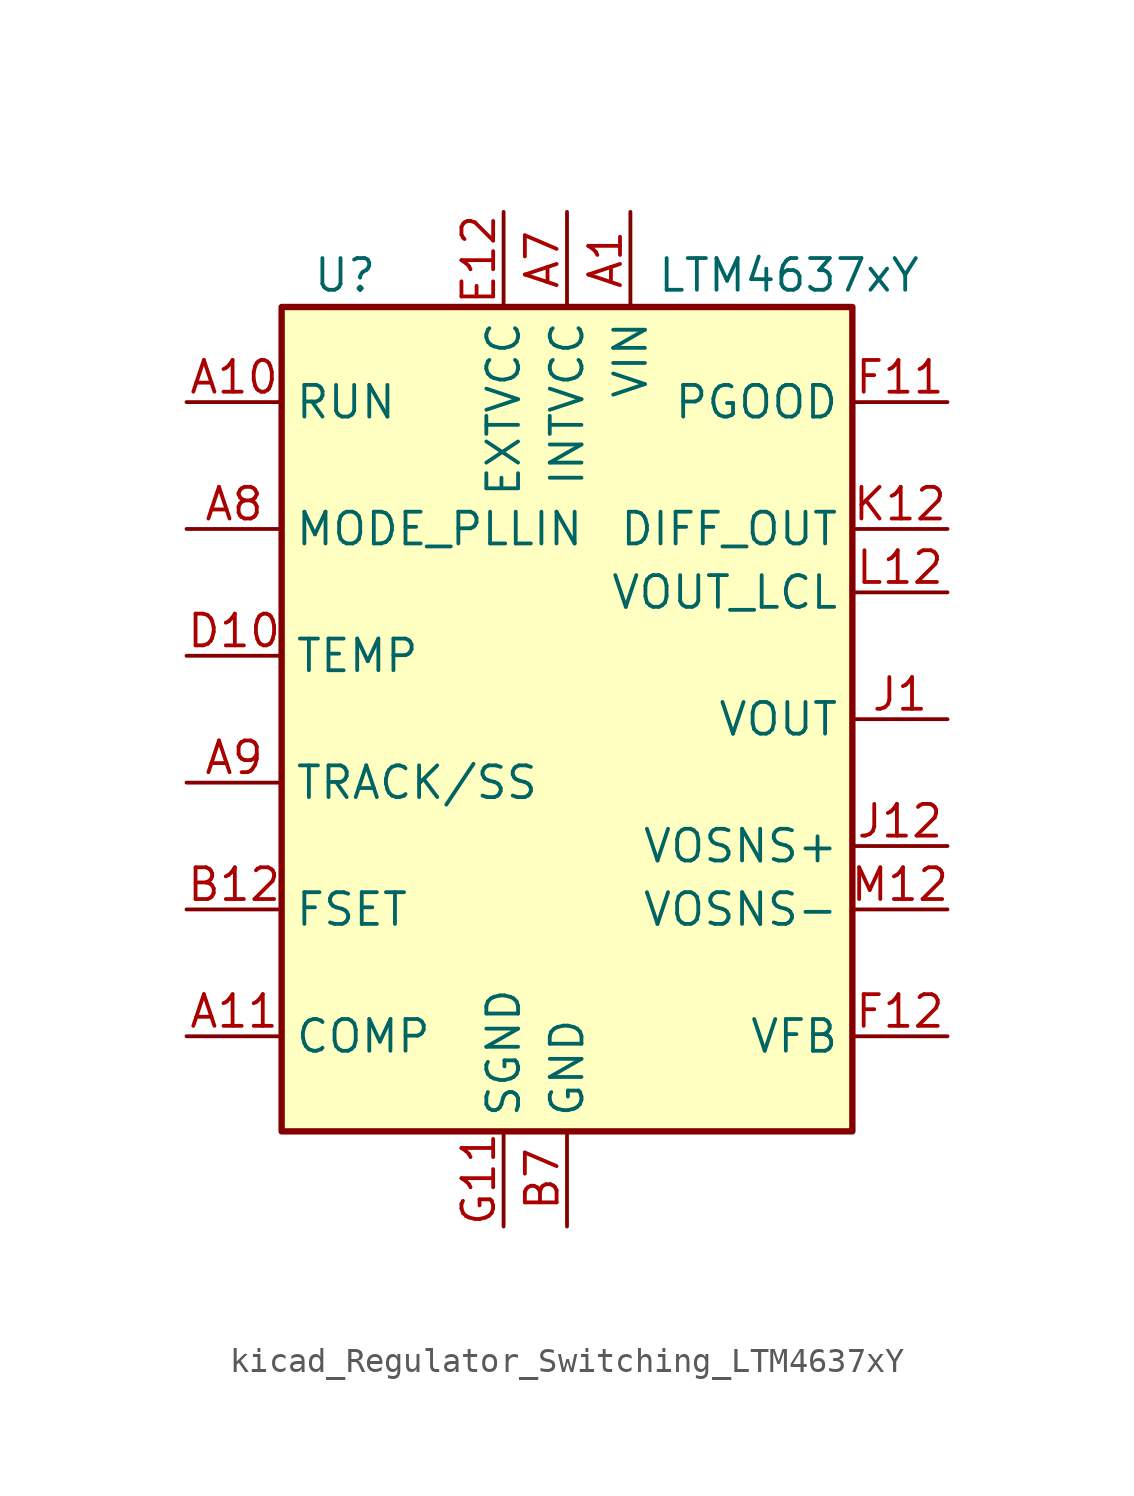
<source format=kicad_sym>
(kicad_symbol_lib
  (version 20220914)
  (generator kicad_symbol_editor)
  (symbol "kicad_Regulator_Switching_LTM4637xY"
    (property "Reference" "U"
      (at -8.89 17.78 0)
      (effects (font (size 1.27 1.27))))
    (property "Value" "LTM4637xY"
      (at 8.89 17.78 0)
      (effects (font (size 1.27 1.27))))
    (symbol "kicad_Regulator_Switching_LTM4637xY_0_1"
      (rectangle (start 11.43 16.51) (end -11.43 -16.51) (stroke (width 0.254) (type default)) (fill (type background))))
    (symbol "kicad_Regulator_Switching_LTM4637xY_1_1"
      (pin power_in line (at 2.54 20.32 270) (length 3.81) (name "VIN" (effects (font (size 1.27 1.27)))) (number "A1" (effects (font (size 1.27 1.27)))))
      (pin input line (at -15.24 12.7 0) (length 3.81) (name "RUN" (effects (font (size 1.27 1.27)))) (number "A10" (effects (font (size 1.27 1.27)))))
      (pin passive line (at -15.24 -12.7 0) (length 3.81) (name "COMP" (effects (font (size 1.27 1.27)))) (number "A11" (effects (font (size 1.27 1.27)))))
      (pin no_connect line (at -10.16 -15.24 90) (length 2.54) hide (name "MTP1" (effects (font (size 1.27 1.27)))) (number "A12" (effects (font (size 1.27 1.27)))))
      (pin passive line (at 2.54 20.32 270) (length 3.81) hide (name "VIN" (effects (font (size 1.27 1.27)))) (number "A2" (effects (font (size 1.27 1.27)))))
      (pin passive line (at 2.54 20.32 270) (length 3.81) hide (name "VIN" (effects (font (size 1.27 1.27)))) (number "A3" (effects (font (size 1.27 1.27)))))
      (pin passive line (at 2.54 20.32 270) (length 3.81) hide (name "VIN" (effects (font (size 1.27 1.27)))) (number "A4" (effects (font (size 1.27 1.27)))))
      (pin passive line (at 2.54 20.32 270) (length 3.81) hide (name "VIN" (effects (font (size 1.27 1.27)))) (number "A5" (effects (font (size 1.27 1.27)))))
      (pin passive line (at 2.54 20.32 270) (length 3.81) hide (name "VIN" (effects (font (size 1.27 1.27)))) (number "A6" (effects (font (size 1.27 1.27)))))
      (pin power_out line (at 0 20.32 270) (length 3.81) (name "INTVCC" (effects (font (size 1.27 1.27)))) (number "A7" (effects (font (size 1.27 1.27)))))
      (pin input line (at -15.24 7.62 0) (length 3.81) (name "MODE_PLLIN" (effects (font (size 1.27 1.27)))) (number "A8" (effects (font (size 1.27 1.27)))))
      (pin passive line (at -15.24 -2.54 0) (length 3.81) (name "TRACK/SS" (effects (font (size 1.27 1.27)))) (number "A9" (effects (font (size 1.27 1.27)))))
      (pin passive line (at 2.54 20.32 270) (length 3.81) hide (name "VIN" (effects (font (size 1.27 1.27)))) (number "B1" (effects (font (size 1.27 1.27)))))
      (pin no_connect line (at -7.62 -15.24 90) (length 2.54) hide (name "MTP2" (effects (font (size 1.27 1.27)))) (number "B11" (effects (font (size 1.27 1.27)))))
      (pin passive line (at -15.24 -7.62 0) (length 3.81) (name "FSET" (effects (font (size 1.27 1.27)))) (number "B12" (effects (font (size 1.27 1.27)))))
      (pin passive line (at 2.54 20.32 270) (length 3.81) hide (name "VIN" (effects (font (size 1.27 1.27)))) (number "B2" (effects (font (size 1.27 1.27)))))
      (pin passive line (at 2.54 20.32 270) (length 3.81) hide (name "VIN" (effects (font (size 1.27 1.27)))) (number "B3" (effects (font (size 1.27 1.27)))))
      (pin passive line (at 2.54 20.32 270) (length 3.81) hide (name "VIN" (effects (font (size 1.27 1.27)))) (number "B4" (effects (font (size 1.27 1.27)))))
      (pin passive line (at 2.54 20.32 270) (length 3.81) hide (name "VIN" (effects (font (size 1.27 1.27)))) (number "B5" (effects (font (size 1.27 1.27)))))
      (pin passive line (at 2.54 20.32 270) (length 3.81) hide (name "VIN" (effects (font (size 1.27 1.27)))) (number "B6" (effects (font (size 1.27 1.27)))))
      (pin power_in line (at 0 -20.32 90) (length 3.81) (name "GND" (effects (font (size 1.27 1.27)))) (number "B7" (effects (font (size 1.27 1.27)))))
      (pin passive line (at 0 -20.32 90) (length 3.81) hide (name "GND" (effects (font (size 1.27 1.27)))) (number "B9" (effects (font (size 1.27 1.27)))))
      (pin passive line (at 2.54 20.32 270) (length 3.81) hide (name "VIN" (effects (font (size 1.27 1.27)))) (number "C1" (effects (font (size 1.27 1.27)))))
      (pin no_connect line (at -5.08 -15.24 90) (length 2.54) hide (name "MTP3" (effects (font (size 1.27 1.27)))) (number "C10" (effects (font (size 1.27 1.27)))))
      (pin no_connect line (at 2.54 -15.24 90) (length 2.54) hide (name "MTP4" (effects (font (size 1.27 1.27)))) (number "C11" (effects (font (size 1.27 1.27)))))
      (pin no_connect line (at 5.08 -15.24 90) (length 2.54) hide (name "MTP5" (effects (font (size 1.27 1.27)))) (number "C12" (effects (font (size 1.27 1.27)))))
      (pin passive line (at 2.54 20.32 270) (length 3.81) hide (name "VIN" (effects (font (size 1.27 1.27)))) (number "C2" (effects (font (size 1.27 1.27)))))
      (pin passive line (at 2.54 20.32 270) (length 3.81) hide (name "VIN" (effects (font (size 1.27 1.27)))) (number "C3" (effects (font (size 1.27 1.27)))))
      (pin passive line (at 2.54 20.32 270) (length 3.81) hide (name "VIN" (effects (font (size 1.27 1.27)))) (number "C4" (effects (font (size 1.27 1.27)))))
      (pin passive line (at 2.54 20.32 270) (length 3.81) hide (name "VIN" (effects (font (size 1.27 1.27)))) (number "C5" (effects (font (size 1.27 1.27)))))
      (pin passive line (at 2.54 20.32 270) (length 3.81) hide (name "VIN" (effects (font (size 1.27 1.27)))) (number "C6" (effects (font (size 1.27 1.27)))))
      (pin passive line (at 0 -20.32 90) (length 3.81) hide (name "GND" (effects (font (size 1.27 1.27)))) (number "C7" (effects (font (size 1.27 1.27)))))
      (pin passive line (at 0 -20.32 90) (length 3.81) hide (name "GND" (effects (font (size 1.27 1.27)))) (number "C9" (effects (font (size 1.27 1.27)))))
      (pin passive line (at 0 -20.32 90) (length 3.81) hide (name "GND" (effects (font (size 1.27 1.27)))) (number "D1" (effects (font (size 1.27 1.27)))))
      (pin passive line (at -15.24 2.54 0) (length 3.81) (name "TEMP" (effects (font (size 1.27 1.27)))) (number "D10" (effects (font (size 1.27 1.27)))))
      (pin no_connect line (at 7.62 -15.24 90) (length 2.54) hide (name "MTP6" (effects (font (size 1.27 1.27)))) (number "D11" (effects (font (size 1.27 1.27)))))
      (pin no_connect line (at 10.16 -15.24 90) (length 2.54) hide (name "MTP7" (effects (font (size 1.27 1.27)))) (number "D12" (effects (font (size 1.27 1.27)))))
      (pin passive line (at 0 -20.32 90) (length 3.81) hide (name "GND" (effects (font (size 1.27 1.27)))) (number "D2" (effects (font (size 1.27 1.27)))))
      (pin passive line (at 0 -20.32 90) (length 3.81) hide (name "GND" (effects (font (size 1.27 1.27)))) (number "D3" (effects (font (size 1.27 1.27)))))
      (pin passive line (at 0 -20.32 90) (length 3.81) hide (name "GND" (effects (font (size 1.27 1.27)))) (number "D4" (effects (font (size 1.27 1.27)))))
      (pin passive line (at 0 -20.32 90) (length 3.81) hide (name "GND" (effects (font (size 1.27 1.27)))) (number "D5" (effects (font (size 1.27 1.27)))))
      (pin passive line (at 0 -20.32 90) (length 3.81) hide (name "GND" (effects (font (size 1.27 1.27)))) (number "D6" (effects (font (size 1.27 1.27)))))
      (pin passive line (at 0 -20.32 90) (length 3.81) hide (name "GND" (effects (font (size 1.27 1.27)))) (number "D8" (effects (font (size 1.27 1.27)))))
      (pin passive line (at 0 20.32 270) (length 3.81) hide (name "INTVCC" (effects (font (size 1.27 1.27)))) (number "D9" (effects (font (size 1.27 1.27)))))
      (pin passive line (at 0 -20.32 90) (length 3.81) hide (name "GND" (effects (font (size 1.27 1.27)))) (number "E1" (effects (font (size 1.27 1.27)))))
      (pin power_in line (at -2.54 20.32 270) (length 3.81) (name "EXTVCC" (effects (font (size 1.27 1.27)))) (number "E12" (effects (font (size 1.27 1.27)))))
      (pin passive line (at 0 -20.32 90) (length 3.81) hide (name "GND" (effects (font (size 1.27 1.27)))) (number "E2" (effects (font (size 1.27 1.27)))))
      (pin passive line (at 0 -20.32 90) (length 3.81) hide (name "GND" (effects (font (size 1.27 1.27)))) (number "E3" (effects (font (size 1.27 1.27)))))
      (pin passive line (at 0 -20.32 90) (length 3.81) hide (name "GND" (effects (font (size 1.27 1.27)))) (number "E4" (effects (font (size 1.27 1.27)))))
      (pin passive line (at 0 -20.32 90) (length 3.81) hide (name "GND" (effects (font (size 1.27 1.27)))) (number "E5" (effects (font (size 1.27 1.27)))))
      (pin passive line (at 0 -20.32 90) (length 3.81) hide (name "GND" (effects (font (size 1.27 1.27)))) (number "E6" (effects (font (size 1.27 1.27)))))
      (pin passive line (at 0 -20.32 90) (length 3.81) hide (name "GND" (effects (font (size 1.27 1.27)))) (number "E7" (effects (font (size 1.27 1.27)))))
      (pin passive line (at 0 -20.32 90) (length 3.81) hide (name "GND" (effects (font (size 1.27 1.27)))) (number "E9" (effects (font (size 1.27 1.27)))))
      (pin passive line (at 0 -20.32 90) (length 3.81) hide (name "GND" (effects (font (size 1.27 1.27)))) (number "F1" (effects (font (size 1.27 1.27)))))
      (pin open_collector line (at 15.24 12.7 180) (length 3.81) (name "PGOOD" (effects (font (size 1.27 1.27)))) (number "F11" (effects (font (size 1.27 1.27)))))
      (pin input line (at 15.24 -12.7 180) (length 3.81) (name "VFB" (effects (font (size 1.27 1.27)))) (number "F12" (effects (font (size 1.27 1.27)))))
      (pin passive line (at 0 -20.32 90) (length 3.81) hide (name "GND" (effects (font (size 1.27 1.27)))) (number "F2" (effects (font (size 1.27 1.27)))))
      (pin passive line (at 0 -20.32 90) (length 3.81) hide (name "GND" (effects (font (size 1.27 1.27)))) (number "F3" (effects (font (size 1.27 1.27)))))
      (pin passive line (at 0 -20.32 90) (length 3.81) hide (name "GND" (effects (font (size 1.27 1.27)))) (number "F4" (effects (font (size 1.27 1.27)))))
      (pin passive line (at 0 -20.32 90) (length 3.81) hide (name "GND" (effects (font (size 1.27 1.27)))) (number "F5" (effects (font (size 1.27 1.27)))))
      (pin passive line (at 0 -20.32 90) (length 3.81) hide (name "GND" (effects (font (size 1.27 1.27)))) (number "F6" (effects (font (size 1.27 1.27)))))
      (pin passive line (at 0 -20.32 90) (length 3.81) hide (name "GND" (effects (font (size 1.27 1.27)))) (number "F7" (effects (font (size 1.27 1.27)))))
      (pin passive line (at 0 -20.32 90) (length 3.81) hide (name "GND" (effects (font (size 1.27 1.27)))) (number "F8" (effects (font (size 1.27 1.27)))))
      (pin passive line (at 0 -20.32 90) (length 3.81) hide (name "GND" (effects (font (size 1.27 1.27)))) (number "F9" (effects (font (size 1.27 1.27)))))
      (pin passive line (at 0 -20.32 90) (length 3.81) hide (name "GND" (effects (font (size 1.27 1.27)))) (number "G1" (effects (font (size 1.27 1.27)))))
      (pin power_in line (at -2.54 -20.32 90) (length 3.81) (name "SGND" (effects (font (size 1.27 1.27)))) (number "G11" (effects (font (size 1.27 1.27)))))
      (pin open_collector line (at 15.24 12.7 180) (length 3.81) hide (name "PGOOD" (effects (font (size 1.27 1.27)))) (number "G12" (effects (font (size 1.27 1.27)))))
      (pin passive line (at 0 -20.32 90) (length 3.81) hide (name "GND" (effects (font (size 1.27 1.27)))) (number "G2" (effects (font (size 1.27 1.27)))))
      (pin passive line (at 0 -20.32 90) (length 3.81) hide (name "GND" (effects (font (size 1.27 1.27)))) (number "G3" (effects (font (size 1.27 1.27)))))
      (pin passive line (at 0 -20.32 90) (length 3.81) hide (name "GND" (effects (font (size 1.27 1.27)))) (number "G4" (effects (font (size 1.27 1.27)))))
      (pin passive line (at 0 -20.32 90) (length 3.81) hide (name "GND" (effects (font (size 1.27 1.27)))) (number "G5" (effects (font (size 1.27 1.27)))))
      (pin passive line (at 0 -20.32 90) (length 3.81) hide (name "GND" (effects (font (size 1.27 1.27)))) (number "G6" (effects (font (size 1.27 1.27)))))
      (pin passive line (at 0 -20.32 90) (length 3.81) hide (name "GND" (effects (font (size 1.27 1.27)))) (number "G7" (effects (font (size 1.27 1.27)))))
      (pin passive line (at 0 -20.32 90) (length 3.81) hide (name "GND" (effects (font (size 1.27 1.27)))) (number "G8" (effects (font (size 1.27 1.27)))))
      (pin passive line (at 0 -20.32 90) (length 3.81) hide (name "GND" (effects (font (size 1.27 1.27)))) (number "G9" (effects (font (size 1.27 1.27)))))
      (pin passive line (at 0 -20.32 90) (length 3.81) hide (name "GND" (effects (font (size 1.27 1.27)))) (number "H1" (effects (font (size 1.27 1.27)))))
      (pin passive line (at -2.54 -20.32 90) (length 3.81) hide (name "SGND" (effects (font (size 1.27 1.27)))) (number "H11" (effects (font (size 1.27 1.27)))))
      (pin passive line (at -2.54 -20.32 90) (length 3.81) hide (name "SGND" (effects (font (size 1.27 1.27)))) (number "H12" (effects (font (size 1.27 1.27)))))
      (pin passive line (at 0 -20.32 90) (length 3.81) hide (name "GND" (effects (font (size 1.27 1.27)))) (number "H2" (effects (font (size 1.27 1.27)))))
      (pin passive line (at 0 -20.32 90) (length 3.81) hide (name "GND" (effects (font (size 1.27 1.27)))) (number "H3" (effects (font (size 1.27 1.27)))))
      (pin passive line (at 0 -20.32 90) (length 3.81) hide (name "GND" (effects (font (size 1.27 1.27)))) (number "H4" (effects (font (size 1.27 1.27)))))
      (pin passive line (at 0 -20.32 90) (length 3.81) hide (name "GND" (effects (font (size 1.27 1.27)))) (number "H5" (effects (font (size 1.27 1.27)))))
      (pin passive line (at 0 -20.32 90) (length 3.81) hide (name "GND" (effects (font (size 1.27 1.27)))) (number "H6" (effects (font (size 1.27 1.27)))))
      (pin passive line (at 0 -20.32 90) (length 3.81) hide (name "GND" (effects (font (size 1.27 1.27)))) (number "H7" (effects (font (size 1.27 1.27)))))
      (pin passive line (at 0 -20.32 90) (length 3.81) hide (name "GND" (effects (font (size 1.27 1.27)))) (number "H8" (effects (font (size 1.27 1.27)))))
      (pin passive line (at 0 -20.32 90) (length 3.81) hide (name "GND" (effects (font (size 1.27 1.27)))) (number "H9" (effects (font (size 1.27 1.27)))))
      (pin power_out line (at 15.24 0 180) (length 3.81) (name "VOUT" (effects (font (size 1.27 1.27)))) (number "J1" (effects (font (size 1.27 1.27)))))
      (pin passive line (at 15.24 0 180) (length 3.81) hide (name "VOUT" (effects (font (size 1.27 1.27)))) (number "J10" (effects (font (size 1.27 1.27)))))
      (pin input line (at 15.24 -5.08 180) (length 3.81) (name "VOSNS+" (effects (font (size 1.27 1.27)))) (number "J12" (effects (font (size 1.27 1.27)))))
      (pin passive line (at 15.24 0 180) (length 3.81) hide (name "VOUT" (effects (font (size 1.27 1.27)))) (number "J2" (effects (font (size 1.27 1.27)))))
      (pin passive line (at 15.24 0 180) (length 3.81) hide (name "VOUT" (effects (font (size 1.27 1.27)))) (number "J3" (effects (font (size 1.27 1.27)))))
      (pin passive line (at 15.24 0 180) (length 3.81) hide (name "VOUT" (effects (font (size 1.27 1.27)))) (number "J4" (effects (font (size 1.27 1.27)))))
      (pin passive line (at 15.24 0 180) (length 3.81) hide (name "VOUT" (effects (font (size 1.27 1.27)))) (number "J5" (effects (font (size 1.27 1.27)))))
      (pin passive line (at 15.24 0 180) (length 3.81) hide (name "VOUT" (effects (font (size 1.27 1.27)))) (number "J6" (effects (font (size 1.27 1.27)))))
      (pin passive line (at 15.24 0 180) (length 3.81) hide (name "VOUT" (effects (font (size 1.27 1.27)))) (number "J7" (effects (font (size 1.27 1.27)))))
      (pin passive line (at 15.24 0 180) (length 3.81) hide (name "VOUT" (effects (font (size 1.27 1.27)))) (number "J8" (effects (font (size 1.27 1.27)))))
      (pin passive line (at 15.24 0 180) (length 3.81) hide (name "VOUT" (effects (font (size 1.27 1.27)))) (number "J9" (effects (font (size 1.27 1.27)))))
      (pin passive line (at 15.24 0 180) (length 3.81) hide (name "VOUT" (effects (font (size 1.27 1.27)))) (number "K1" (effects (font (size 1.27 1.27)))))
      (pin passive line (at 15.24 0 180) (length 3.81) hide (name "VOUT" (effects (font (size 1.27 1.27)))) (number "K10" (effects (font (size 1.27 1.27)))))
      (pin passive line (at 15.24 0 180) (length 3.81) hide (name "VOUT" (effects (font (size 1.27 1.27)))) (number "K11" (effects (font (size 1.27 1.27)))))
      (pin output line (at 15.24 7.62 180) (length 3.81) (name "DIFF_OUT" (effects (font (size 1.27 1.27)))) (number "K12" (effects (font (size 1.27 1.27)))))
      (pin passive line (at 15.24 0 180) (length 3.81) hide (name "VOUT" (effects (font (size 1.27 1.27)))) (number "K2" (effects (font (size 1.27 1.27)))))
      (pin passive line (at 15.24 0 180) (length 3.81) hide (name "VOUT" (effects (font (size 1.27 1.27)))) (number "K3" (effects (font (size 1.27 1.27)))))
      (pin passive line (at 15.24 0 180) (length 3.81) hide (name "VOUT" (effects (font (size 1.27 1.27)))) (number "K4" (effects (font (size 1.27 1.27)))))
      (pin passive line (at 15.24 0 180) (length 3.81) hide (name "VOUT" (effects (font (size 1.27 1.27)))) (number "K5" (effects (font (size 1.27 1.27)))))
      (pin passive line (at 15.24 0 180) (length 3.81) hide (name "VOUT" (effects (font (size 1.27 1.27)))) (number "K6" (effects (font (size 1.27 1.27)))))
      (pin passive line (at 15.24 0 180) (length 3.81) hide (name "VOUT" (effects (font (size 1.27 1.27)))) (number "K7" (effects (font (size 1.27 1.27)))))
      (pin passive line (at 15.24 0 180) (length 3.81) hide (name "VOUT" (effects (font (size 1.27 1.27)))) (number "K8" (effects (font (size 1.27 1.27)))))
      (pin passive line (at 15.24 0 180) (length 3.81) hide (name "VOUT" (effects (font (size 1.27 1.27)))) (number "K9" (effects (font (size 1.27 1.27)))))
      (pin passive line (at 15.24 0 180) (length 3.81) hide (name "VOUT" (effects (font (size 1.27 1.27)))) (number "L1" (effects (font (size 1.27 1.27)))))
      (pin passive line (at 15.24 0 180) (length 3.81) hide (name "VOUT" (effects (font (size 1.27 1.27)))) (number "L10" (effects (font (size 1.27 1.27)))))
      (pin passive line (at 15.24 0 180) (length 3.81) hide (name "VOUT" (effects (font (size 1.27 1.27)))) (number "L11" (effects (font (size 1.27 1.27)))))
      (pin input line (at 15.24 5.08 180) (length 3.81) (name "VOUT_LCL" (effects (font (size 1.27 1.27)))) (number "L12" (effects (font (size 1.27 1.27)))))
      (pin passive line (at 15.24 0 180) (length 3.81) hide (name "VOUT" (effects (font (size 1.27 1.27)))) (number "L2" (effects (font (size 1.27 1.27)))))
      (pin passive line (at 15.24 0 180) (length 3.81) hide (name "VOUT" (effects (font (size 1.27 1.27)))) (number "L3" (effects (font (size 1.27 1.27)))))
      (pin passive line (at 15.24 0 180) (length 3.81) hide (name "VOUT" (effects (font (size 1.27 1.27)))) (number "L4" (effects (font (size 1.27 1.27)))))
      (pin passive line (at 15.24 0 180) (length 3.81) hide (name "VOUT" (effects (font (size 1.27 1.27)))) (number "L5" (effects (font (size 1.27 1.27)))))
      (pin passive line (at 15.24 0 180) (length 3.81) hide (name "VOUT" (effects (font (size 1.27 1.27)))) (number "L6" (effects (font (size 1.27 1.27)))))
      (pin passive line (at 15.24 0 180) (length 3.81) hide (name "VOUT" (effects (font (size 1.27 1.27)))) (number "L7" (effects (font (size 1.27 1.27)))))
      (pin passive line (at 15.24 0 180) (length 3.81) hide (name "VOUT" (effects (font (size 1.27 1.27)))) (number "L8" (effects (font (size 1.27 1.27)))))
      (pin passive line (at 15.24 0 180) (length 3.81) hide (name "VOUT" (effects (font (size 1.27 1.27)))) (number "L9" (effects (font (size 1.27 1.27)))))
      (pin passive line (at 15.24 0 180) (length 3.81) hide (name "VOUT" (effects (font (size 1.27 1.27)))) (number "M1" (effects (font (size 1.27 1.27)))))
      (pin passive line (at 15.24 0 180) (length 3.81) hide (name "VOUT" (effects (font (size 1.27 1.27)))) (number "M10" (effects (font (size 1.27 1.27)))))
      (pin passive line (at 15.24 0 180) (length 3.81) hide (name "VOUT" (effects (font (size 1.27 1.27)))) (number "M11" (effects (font (size 1.27 1.27)))))
      (pin input line (at 15.24 -7.62 180) (length 3.81) (name "VOSNS-" (effects (font (size 1.27 1.27)))) (number "M12" (effects (font (size 1.27 1.27)))))
      (pin passive line (at 15.24 0 180) (length 3.81) hide (name "VOUT" (effects (font (size 1.27 1.27)))) (number "M2" (effects (font (size 1.27 1.27)))))
      (pin passive line (at 15.24 0 180) (length 3.81) hide (name "VOUT" (effects (font (size 1.27 1.27)))) (number "M3" (effects (font (size 1.27 1.27)))))
      (pin passive line (at 15.24 0 180) (length 3.81) hide (name "VOUT" (effects (font (size 1.27 1.27)))) (number "M4" (effects (font (size 1.27 1.27)))))
      (pin passive line (at 15.24 0 180) (length 3.81) hide (name "VOUT" (effects (font (size 1.27 1.27)))) (number "M5" (effects (font (size 1.27 1.27)))))
      (pin passive line (at 15.24 0 180) (length 3.81) hide (name "VOUT" (effects (font (size 1.27 1.27)))) (number "M6" (effects (font (size 1.27 1.27)))))
      (pin passive line (at 15.24 0 180) (length 3.81) hide (name "VOUT" (effects (font (size 1.27 1.27)))) (number "M7" (effects (font (size 1.27 1.27)))))
      (pin passive line (at 15.24 0 180) (length 3.81) hide (name "VOUT" (effects (font (size 1.27 1.27)))) (number "M8" (effects (font (size 1.27 1.27)))))
      (pin passive line (at 15.24 0 180) (length 3.81) hide (name "VOUT" (effects (font (size 1.27 1.27)))) (number "M9" (effects (font (size 1.27 1.27))))))))
</source>
